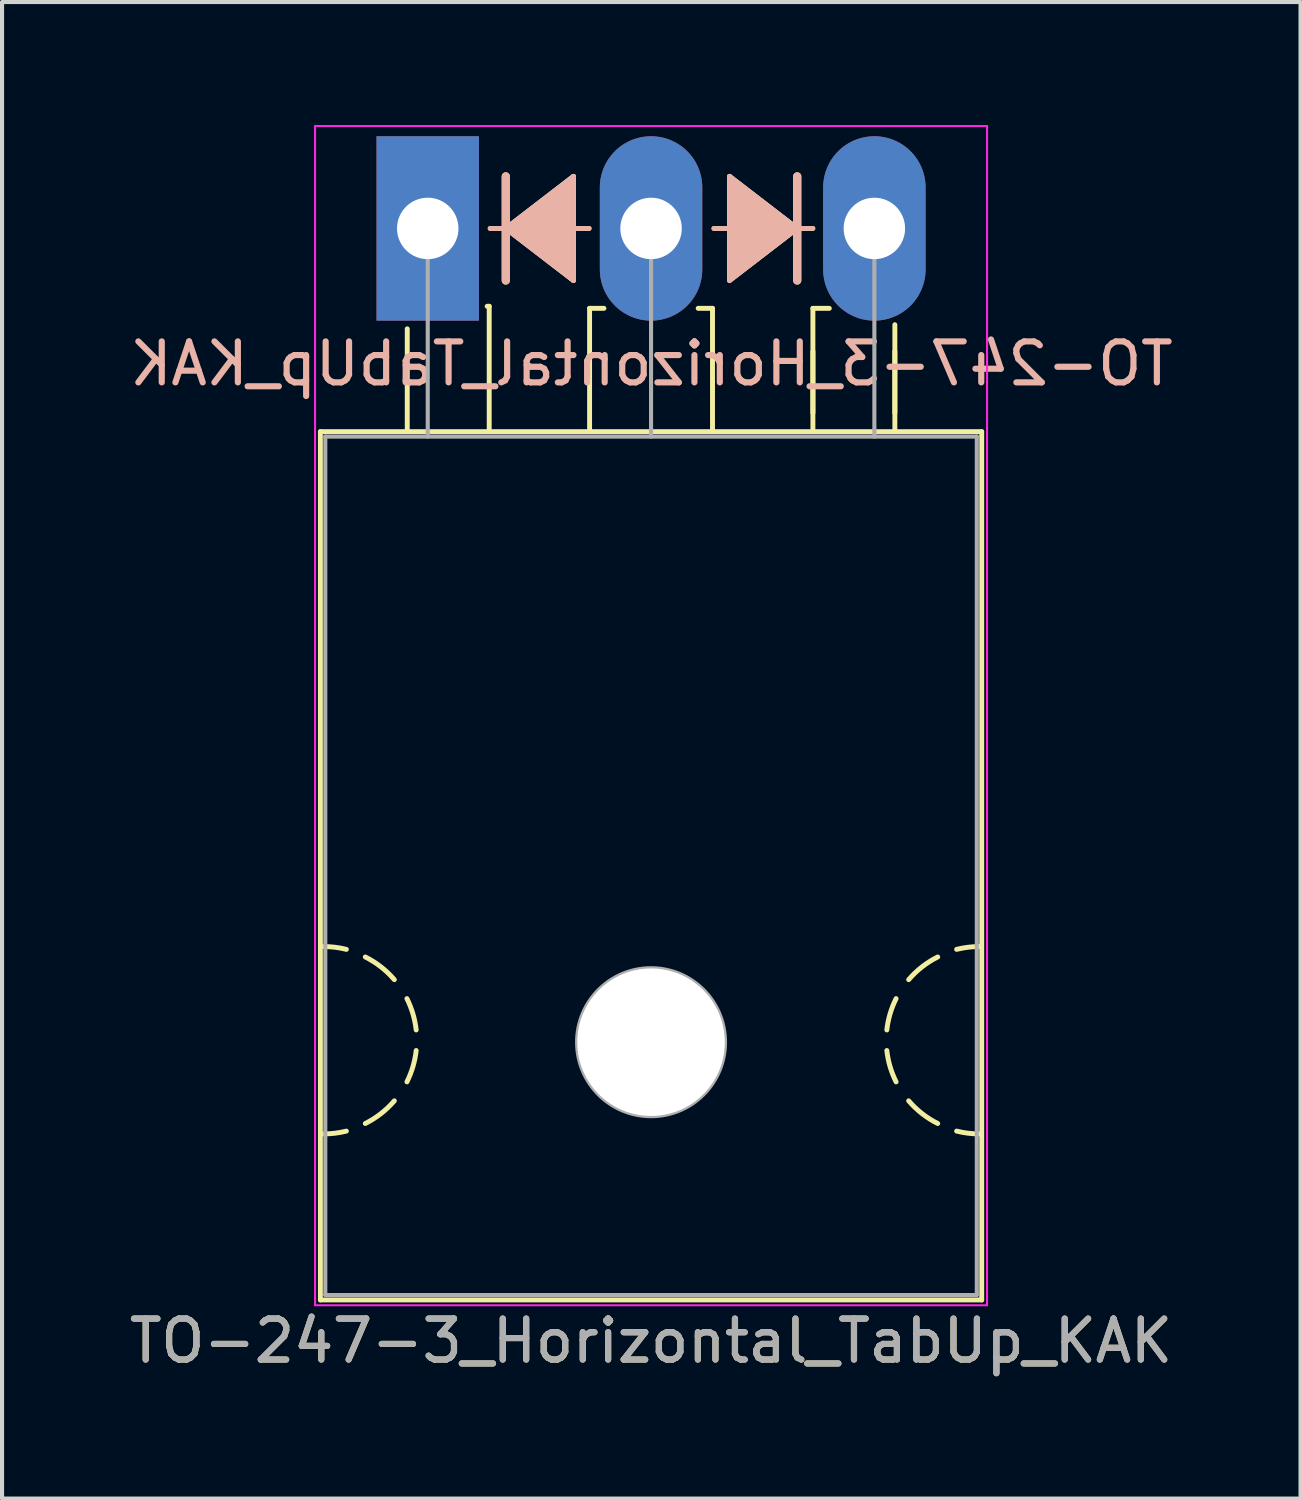
<source format=kicad_pcb>
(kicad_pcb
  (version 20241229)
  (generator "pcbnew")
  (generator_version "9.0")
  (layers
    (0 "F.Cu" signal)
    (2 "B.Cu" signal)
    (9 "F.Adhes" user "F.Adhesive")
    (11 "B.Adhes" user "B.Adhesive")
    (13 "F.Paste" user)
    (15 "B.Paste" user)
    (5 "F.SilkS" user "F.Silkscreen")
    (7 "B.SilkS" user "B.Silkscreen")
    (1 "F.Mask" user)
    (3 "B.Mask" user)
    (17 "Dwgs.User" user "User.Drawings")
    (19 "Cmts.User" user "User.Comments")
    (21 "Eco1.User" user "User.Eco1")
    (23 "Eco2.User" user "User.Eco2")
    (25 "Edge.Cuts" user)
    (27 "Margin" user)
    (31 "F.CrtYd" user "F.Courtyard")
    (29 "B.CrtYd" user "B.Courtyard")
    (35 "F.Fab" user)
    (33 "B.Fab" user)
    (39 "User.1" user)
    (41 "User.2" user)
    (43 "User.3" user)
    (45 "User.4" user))
  (footprint "TO-247-3_Horizontal_TabUp_KAK"
    (layer "F.Cu")
    (at 7.389 2.525)
    (property "Reference" "TO-247-3_Horizontal_TabUp_KAK" (at 5.45 27.15 0) (layer "F.SilkS") (effects (font (size 1 1) (thickness 0.15))))
    (fp_line (start -2.62 4.96) (end -2.62 26.15) (stroke (width 0.12) (type solid)) (layer "F.SilkS"))
    (fp_line (start -2.62 4.96) (end 13.52 4.96) (stroke (width 0.12) (type solid)) (layer "F.SilkS"))
    (fp_line (start -2.62 26.15) (end 13.52 26.15) (stroke (width 0.12) (type solid)) (layer "F.SilkS"))
    (fp_line (start -0.5 4.9) (end -0.5 2.45) (stroke (width 0.12) (type solid)) (layer "F.SilkS"))
    (fp_line (start 1.5 1.9) (end 1.45 1.9) (stroke (width 0.12) (type solid)) (layer "F.SilkS"))
    (fp_line (start 1.5 4.9) (end 1.5 1.9) (stroke (width 0.12) (type solid)) (layer "F.SilkS"))
    (fp_line (start 1.524 0) (end 1.905 0) (stroke (width 0.12) (type solid)) (layer "F.SilkS"))
    (fp_line (start 1.905 -1.27) (end 1.905 0) (stroke (width 0.2) (type solid)) (layer "F.SilkS"))
    (fp_line (start 1.905 0) (end 1.905 1.27) (stroke (width 0.2) (type solid)) (layer "F.SilkS"))
    (fp_line (start 1.905 0) (end 3.556 1.27) (stroke (width 0.12) (type solid)) (layer "F.SilkS"))
    (fp_line (start 3.556 -1.27) (end 1.905 0) (stroke (width 0.12) (type solid)) (layer "F.SilkS"))
    (fp_line (start 3.556 1.27) (end 3.556 -1.27) (stroke (width 0.12) (type solid)) (layer "F.SilkS"))
    (fp_line (start 3.937 0) (end 3.556 0) (stroke (width 0.12) (type solid)) (layer "F.SilkS"))
    (fp_line (start 3.95 1.95) (end 4.3 1.95) (stroke (width 0.12) (type solid)) (layer "F.SilkS"))
    (fp_line (start 3.95 4.95) (end 3.95 1.95) (stroke (width 0.12) (type solid)) (layer "F.SilkS"))
    (fp_line (start 6.95 1.95) (end 6.6 1.95) (stroke (width 0.12) (type solid)) (layer "F.SilkS"))
    (fp_line (start 6.95 4.95) (end 6.95 1.95) (stroke (width 0.12) (type solid)) (layer "F.SilkS"))
    (fp_line (start 6.985 0) (end 7.366 0) (stroke (width 0.12) (type solid)) (layer "F.SilkS"))
    (fp_line (start 7.366 -1.27) (end 7.366 1.27) (stroke (width 0.12) (type solid)) (layer "F.SilkS"))
    (fp_line (start 7.366 1.27) (end 9.017 0) (stroke (width 0.12) (type solid)) (layer "F.SilkS"))
    (fp_line (start 9.017 0) (end 7.366 -1.27) (stroke (width 0.12) (type solid)) (layer "F.SilkS"))
    (fp_line (start 9.017 0) (end 9.017 -1.27) (stroke (width 0.2) (type solid)) (layer "F.SilkS"))
    (fp_line (start 9.017 1.27) (end 9.017 0) (stroke (width 0.2) (type solid)) (layer "F.SilkS"))
    (fp_line (start 9.398 0) (end 9.017 0) (stroke (width 0.12) (type solid)) (layer "F.SilkS"))
    (fp_line (start 9.4 1.95) (end 9.8 1.95) (stroke (width 0.12) (type solid)) (layer "F.SilkS"))
    (fp_line (start 9.4 4.5) (end 9.4 3) (stroke (width 0.12) (type solid)) (layer "F.SilkS"))
    (fp_line (start 9.4 4.95) (end 9.4 1.95) (stroke (width 0.12) (type solid)) (layer "F.SilkS"))
    (fp_line (start 11.4 4.5) (end 11.4 3) (stroke (width 0.12) (type solid)) (layer "F.SilkS"))
    (fp_line (start 11.4 4.95) (end 11.4 2.35) (stroke (width 0.12) (type solid)) (layer "F.SilkS"))
    (fp_line (start 13.52 4.96) (end 13.52 26.15) (stroke (width 0.12) (type solid)) (layer "F.SilkS"))
    (fp_arc (start -2.54 17.526) (mid -2.260689 17.543128) (end -1.985564 17.594254) (stroke (width 0.12) (type solid)) (layer "F.SilkS"))
    (fp_arc (start -1.985564 22.029746) (mid -2.260689 22.080872) (end -2.54 22.098) (stroke (width 0.12) (type solid)) (layer "F.SilkS"))
    (fp_arc (start -1.524001 17.780001) (mid -1.14188 18.02132) (end -0.815088 18.333504) (stroke (width 0.12) (type solid)) (layer "F.SilkS"))
    (fp_arc (start -0.815087 21.290497) (mid -1.141879 21.60268) (end -1.524 21.844) (stroke (width 0.12) (type solid)) (layer "F.SilkS"))
    (fp_arc (start -0.508001 18.796001) (mid -0.361178 19.168563) (end -0.282051 19.561117) (stroke (width 0.12) (type solid)) (layer "F.SilkS"))
    (fp_arc (start -0.282051 20.062883) (mid -0.361178 20.455437) (end -0.508001 20.827999) (stroke (width 0.12) (type solid)) (layer "F.SilkS"))
    (fp_arc (start 11.204051 19.561117) (mid 11.283178 19.168563) (end 11.430001 18.796001) (stroke (width 0.12) (type solid)) (layer "F.SilkS"))
    (fp_arc (start 11.430001 20.827999) (mid 11.283178 20.455437) (end 11.204051 20.062883) (stroke (width 0.12) (type solid)) (layer "F.SilkS"))
    (fp_arc (start 11.737087 18.333503) (mid 12.063879 18.02132) (end 12.446 17.78) (stroke (width 0.12) (type solid)) (layer "F.SilkS"))
    (fp_arc (start 12.446001 21.843999) (mid 12.06388 21.60268) (end 11.737088 21.290496) (stroke (width 0.12) (type solid)) (layer "F.SilkS"))
    (fp_arc (start 12.907564 17.594254) (mid 13.182689 17.543128) (end 13.462 17.526) (stroke (width 0.12) (type solid)) (layer "F.SilkS"))
    (fp_arc (start 13.462 22.098) (mid 13.182689 22.080872) (end 12.907564 22.029746) (stroke (width 0.12) (type solid)) (layer "F.SilkS"))
    (fp_poly (pts (xy 3.556 1.27) (xy 1.905 0) (xy 3.556 -1.27)) (stroke (width 0.1) (type solid)) (fill yes) (layer "F.SilkS"))
    (fp_poly (pts (xy 9.017 0) (xy 7.366 1.27) (xy 7.366 -1.27)) (stroke (width 0.1) (type solid)) (fill yes) (layer "F.SilkS"))
    (fp_line (start 1.524 0) (end 1.905 0) (stroke (width 0.12) (type solid)) (layer "B.SilkS"))
    (fp_line (start 1.905 0) (end 1.905 -1.27) (stroke (width 0.2) (type solid)) (layer "B.SilkS"))
    (fp_line (start 1.905 0) (end 3.556 -1.27) (stroke (width 0.12) (type solid)) (layer "B.SilkS"))
    (fp_line (start 1.905 1.27) (end 1.905 0) (stroke (width 0.2) (type solid)) (layer "B.SilkS"))
    (fp_line (start 3.556 -1.27) (end 3.556 1.27) (stroke (width 0.12) (type solid)) (layer "B.SilkS"))
    (fp_line (start 3.556 1.27) (end 1.905 0) (stroke (width 0.12) (type solid)) (layer "B.SilkS"))
    (fp_line (start 3.937 0) (end 3.556 0) (stroke (width 0.12) (type solid)) (layer "B.SilkS"))
    (fp_line (start 6.985 0) (end 7.366 0) (stroke (width 0.12) (type solid)) (layer "B.SilkS"))
    (fp_line (start 7.366 -1.27) (end 9.017 0) (stroke (width 0.12) (type solid)) (layer "B.SilkS"))
    (fp_line (start 7.366 1.27) (end 7.366 -1.27) (stroke (width 0.12) (type solid)) (layer "B.SilkS"))
    (fp_line (start 9.017 -1.27) (end 9.017 0) (stroke (width 0.2) (type solid)) (layer "B.SilkS"))
    (fp_line (start 9.017 0) (end 7.366 1.27) (stroke (width 0.12) (type solid)) (layer "B.SilkS"))
    (fp_line (start 9.017 0) (end 9.017 1.27) (stroke (width 0.2) (type solid)) (layer "B.SilkS"))
    (fp_line (start 9.398 0) (end 9.017 0) (stroke (width 0.12) (type solid)) (layer "B.SilkS"))
    (fp_poly (pts (xy 3.556 -1.27) (xy 1.905 0) (xy 3.556 1.27)) (stroke (width 0.1) (type solid)) (fill yes) (layer "B.SilkS"))
    (fp_poly (pts (xy 7.366 1.27) (xy 9.017 0) (xy 7.366 -1.27)) (stroke (width 0.1) (type solid)) (fill yes) (layer "B.SilkS"))
    (fp_line (start -2.75 -2.5) (end -2.75 26.28) (stroke (width 0.05) (type solid)) (layer "F.CrtYd"))
    (fp_line (start -2.75 26.28) (end 13.65 26.28) (stroke (width 0.05) (type solid)) (layer "F.CrtYd"))
    (fp_line (start 13.65 -2.5) (end -2.75 -2.5) (stroke (width 0.05) (type solid)) (layer "F.CrtYd"))
    (fp_line (start 13.65 26.28) (end 13.65 -2.5) (stroke (width 0.05) (type solid)) (layer "F.CrtYd"))
    (fp_line (start -2.5 5.08) (end -2.5 26.03) (stroke (width 0.1) (type solid)) (layer "F.Fab"))
    (fp_line (start -2.5 26.03) (end 13.4 26.03) (stroke (width 0.1) (type solid)) (layer "F.Fab"))
    (fp_line (start 0 5.08) (end 0 0) (stroke (width 0.1) (type solid)) (layer "F.Fab"))
    (fp_line (start 5.45 5.08) (end 5.45 0) (stroke (width 0.1) (type solid)) (layer "F.Fab"))
    (fp_line (start 10.9 5.08) (end 10.9 0) (stroke (width 0.1) (type solid)) (layer "F.Fab"))
    (fp_line (start 13.4 5.08) (end -2.5 5.08) (stroke (width 0.1) (type solid)) (layer "F.Fab"))
    (fp_line (start 13.4 26.03) (end 13.4 5.08) (stroke (width 0.1) (type solid)) (layer "F.Fab"))
    (fp_circle (center 5.45 19.86) (end 7.255 19.86) (stroke (width 0.1) (type solid)) (fill no) (layer "F.Fab"))
    (fp_text user "${REFERENCE}" (at 5.461 3.302 0) (layer "B.SilkS") (effects (font (size 1 1) (thickness 0.15)) (justify mirror)))
    (fp_text user "${REFERENCE}" (at 5.45 27.15 0) (layer "F.Fab") (effects (font (size 1 1) (thickness 0.15))))
    (pad "" np_thru_hole oval (at 5.45 19.86) (size 3.6 3.6) (drill 3.6) (layers "*.Cu" "*.Mask"))
    (pad "1" thru_hole rect (at 0 0) (size 2.5 4.5) (drill 1.5) (layers "*.Cu" "*.Mask"))
    (pad "2" thru_hole oval (at 5.45 0) (size 2.5 4.5) (drill 1.5) (layers "*.Cu" "*.Mask"))
    (pad "3" thru_hole oval (at 10.9 0) (size 2.5 4.5) (drill 1.5) (layers "*.Cu" "*.Mask")))
  (gr_rect
    (start -3 -3)
    (end 28.69 33.523)
    (stroke (width 0.1) (type default))
    (fill no)
    (layer "Edge.Cuts")))
</source>
